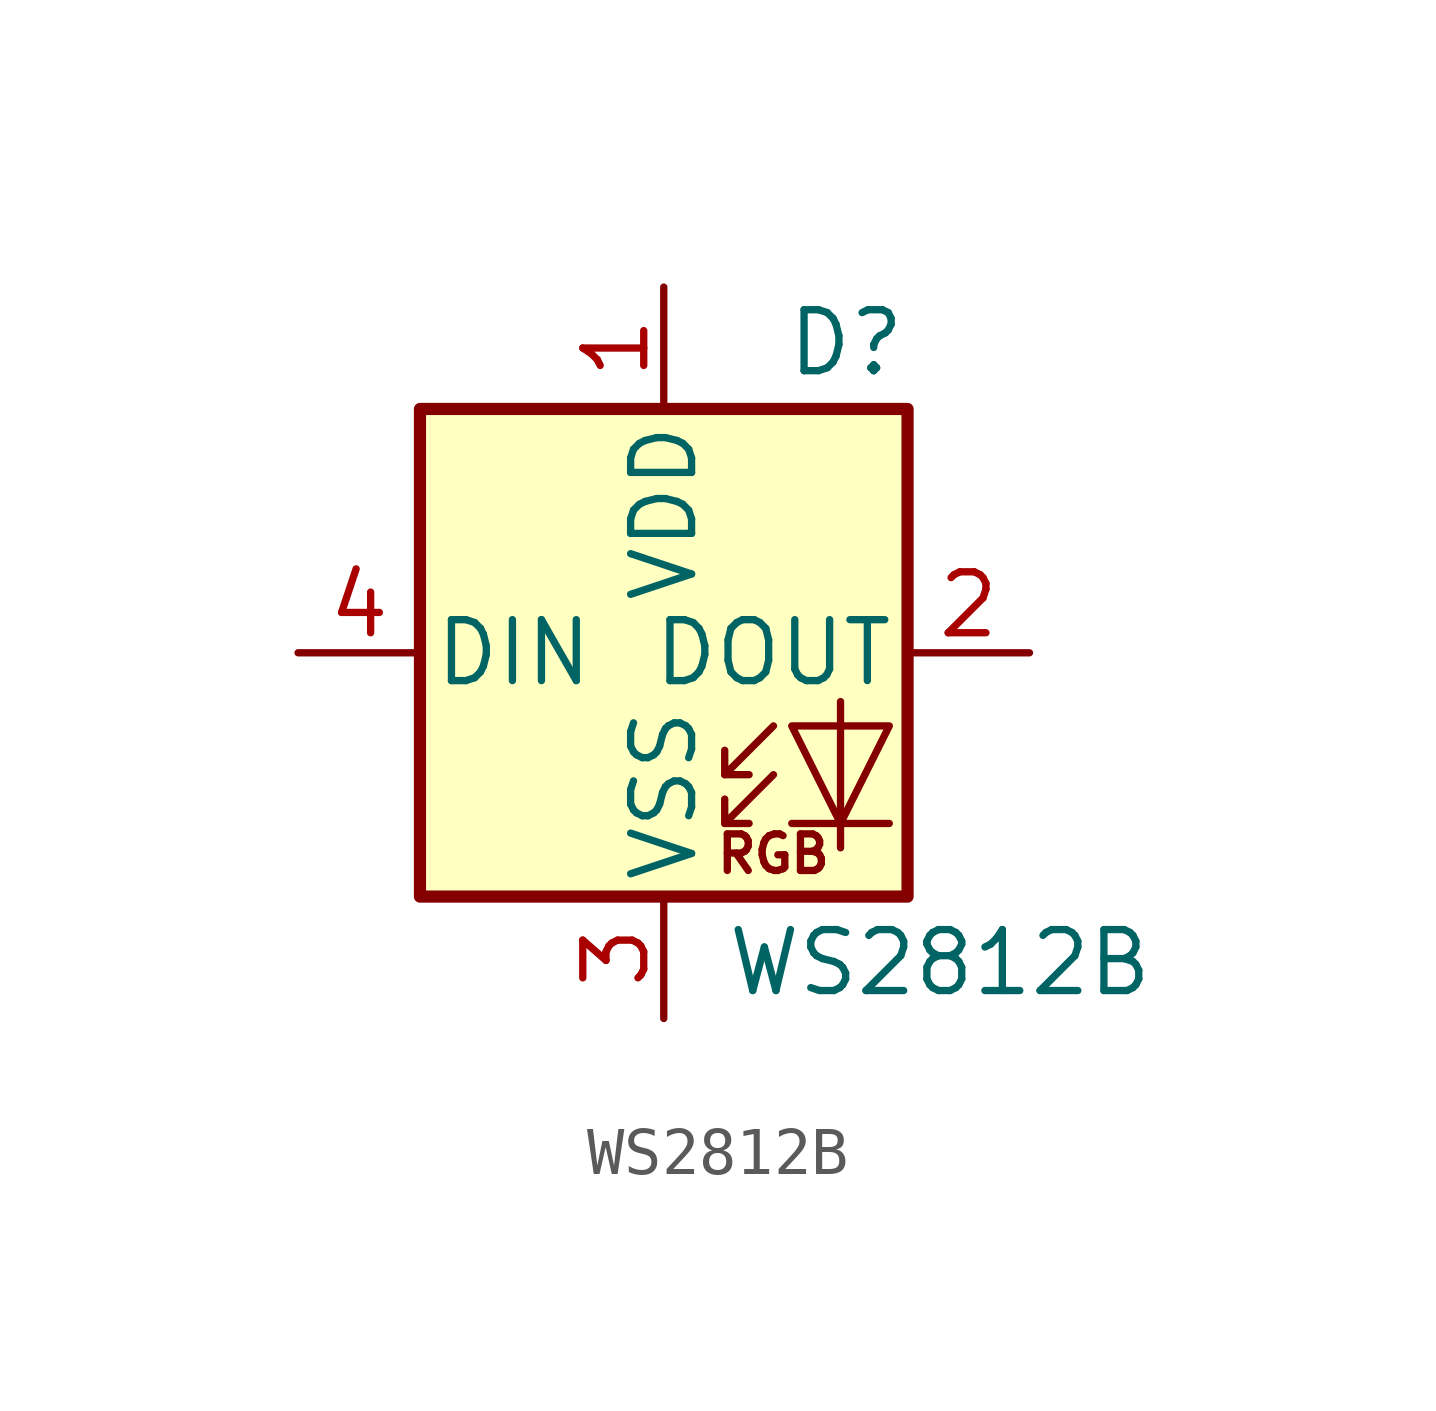
<source format=kicad_sym>
(kicad_symbol_lib
  (version 20211014)
  (generator kicad_symbol_editor)
  (symbol "WS2812B"
    (pin_names
      (offset 0.254))
    (property "Reference" "D"
      (at 5.08 5.715 0)
      (effects (font (size 1.27 1.27)) (justify right bottom)))
    (property "Value" "WS2812B"
      (at 1.27 -5.715 0)
      (effects (font (size 1.27 1.27)) (justify left top)))
    (symbol "WS2812B_0_0"
      (text "RGB" (at 2.286 -4.191 0) (effects (font (size 0.762 0.762)))))
    (symbol "WS2812B_0_1"
      (polyline (pts (xy 1.27 -3.556) (xy 1.778 -3.556)) (stroke (width 0) (type default) (color 0 0 0 0)) (fill (type none)))
      (polyline (pts (xy 1.27 -2.54) (xy 1.778 -2.54)) (stroke (width 0) (type default) (color 0 0 0 0)) (fill (type none)))
      (polyline (pts (xy 4.699 -3.556) (xy 2.667 -3.556)) (stroke (width 0) (type default) (color 0 0 0 0)) (fill (type none)))
      (polyline (pts (xy 2.286 -2.54) (xy 1.27 -3.556) (xy 1.27 -3.048)) (stroke (width 0) (type default) (color 0 0 0 0)) (fill (type none)))
      (polyline (pts (xy 2.286 -1.524) (xy 1.27 -2.54) (xy 1.27 -2.032)) (stroke (width 0) (type default) (color 0 0 0 0)) (fill (type none)))
      (polyline (pts (xy 3.683 -1.016) (xy 3.683 -3.556) (xy 3.683 -4.064)) (stroke (width 0) (type default) (color 0 0 0 0)) (fill (type none)))
      (polyline (pts (xy 4.699 -1.524) (xy 2.667 -1.524) (xy 3.683 -3.556) (xy 4.699 -1.524)) (stroke (width 0) (type default) (color 0 0 0 0)) (fill (type none)))
      (rectangle (start 5.08 5.08) (end -5.08 -5.08) (stroke (width 0.254) (type default) (color 0 0 0 0)) (fill (type background))))
    (symbol "WS2812B_1_1"
      (pin power_in line (at 0 7.62 270) (length 2.54) (name "VDD" (effects (font (size 1.27 1.27)))) (number "1" (effects (font (size 1.27 1.27)))))
      (pin output line (at 7.62 0 180) (length 2.54) (name "DOUT" (effects (font (size 1.27 1.27)))) (number "2" (effects (font (size 1.27 1.27)))))
      (pin passive line (at 0 -7.62 90) (length 2.54) (name "VSS" (effects (font (size 1.27 1.27)))) (number "3" (effects (font (size 1.27 1.27)))))
      (pin input line (at -7.62 0 0) (length 2.54) (name "DIN" (effects (font (size 1.27 1.27)))) (number "4" (effects (font (size 1.27 1.27))))))))
</source>
